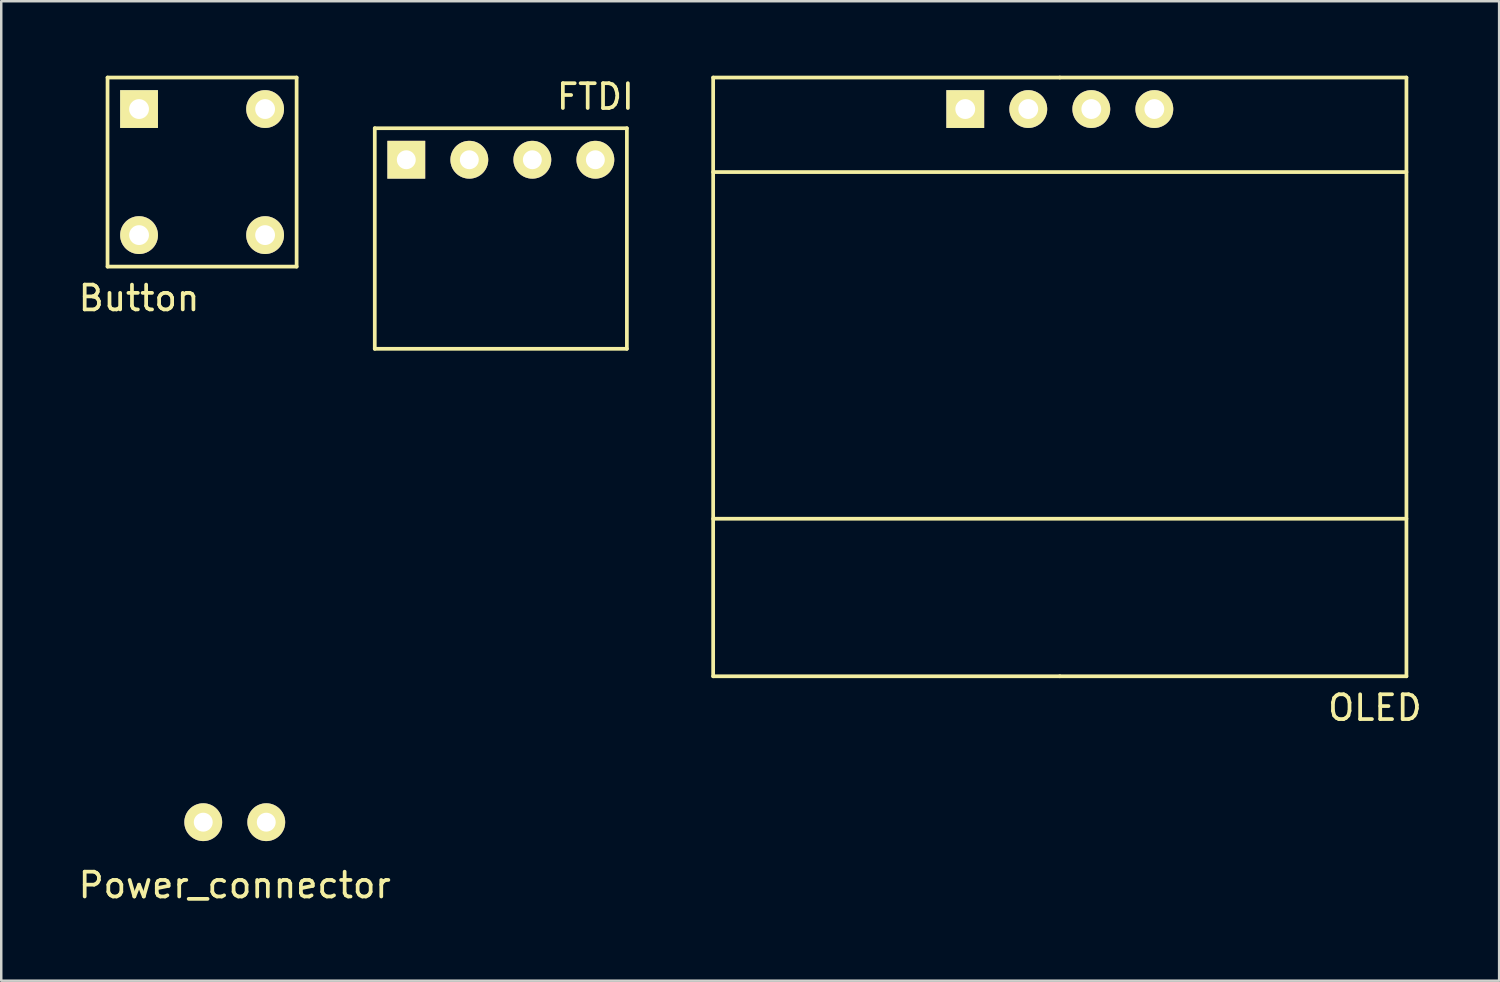
<source format=kicad_pcb>
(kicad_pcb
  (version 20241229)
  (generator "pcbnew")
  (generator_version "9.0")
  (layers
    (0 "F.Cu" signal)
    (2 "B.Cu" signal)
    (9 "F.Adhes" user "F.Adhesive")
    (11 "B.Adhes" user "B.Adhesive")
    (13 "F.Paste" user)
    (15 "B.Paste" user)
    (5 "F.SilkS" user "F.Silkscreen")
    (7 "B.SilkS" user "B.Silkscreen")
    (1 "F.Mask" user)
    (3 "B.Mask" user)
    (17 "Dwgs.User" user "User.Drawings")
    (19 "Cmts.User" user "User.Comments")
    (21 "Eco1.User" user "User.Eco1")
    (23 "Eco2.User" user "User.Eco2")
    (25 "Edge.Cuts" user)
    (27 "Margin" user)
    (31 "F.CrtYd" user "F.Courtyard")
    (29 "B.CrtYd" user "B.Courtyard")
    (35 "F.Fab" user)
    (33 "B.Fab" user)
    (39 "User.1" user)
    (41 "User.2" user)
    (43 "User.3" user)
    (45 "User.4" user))
  (footprint "Power_connector"
    (layer "F.Cu")
    (at 6.411 30.085)
    (property "Reference" "Power_connector" (at 0 2.54 0) (layer "F.SilkS") (effects (font (size 1 1) (thickness 0.15))))
    (attr through_hole)
    (pad "1" thru_hole circle (at -1.27 0) (size 1.524 1.524) (drill 0.762) (layers "*.Cu" "*.Mask" "F.SilkS"))
    (pad "2" thru_hole circle (at 1.27 0) (size 1.524 1.524) (drill 0.762) (layers "*.Cu" "*.Mask" "F.SilkS")))
  (footprint "OLED"
    (layer "F.Cu")
    (at 35.851 1.345)
    (property "Reference" "OLED" (at 16.51 24.13 0) (layer "F.SilkS") (effects (font (size 1 1) (thickness 0.15))))
    (attr through_hole)
    (fp_line (start -10.16 -1.27) (end -10.16 22.86) (stroke (width 0.15) (type solid)) (layer "F.SilkS"))
    (fp_line (start -10.16 2.54) (end 17.78 2.54) (stroke (width 0.15) (type solid)) (layer "F.SilkS"))
    (fp_line (start -10.16 16.51) (end 17.78 16.51) (stroke (width 0.15) (type solid)) (layer "F.SilkS"))
    (fp_line (start -10.16 22.86) (end 3.81 22.86) (stroke (width 0.15) (type solid)) (layer "F.SilkS"))
    (fp_line (start 3.81 -1.27) (end -10.16 -1.27) (stroke (width 0.15) (type solid)) (layer "F.SilkS"))
    (fp_line (start 3.81 -1.27) (end 17.78 -1.27) (stroke (width 0.15) (type solid)) (layer "F.SilkS"))
    (fp_line (start 17.78 -1.27) (end 17.78 22.86) (stroke (width 0.15) (type solid)) (layer "F.SilkS"))
    (fp_line (start 17.78 22.86) (end 3.81 22.86) (stroke (width 0.15) (type solid)) (layer "F.SilkS"))
    (pad "1" thru_hole rect (at 0 0) (size 1.524 1.524) (drill 0.8) (layers "*.Cu" "*.Mask" "F.SilkS"))
    (pad "2" thru_hole circle (at 2.54 0) (size 1.524 1.524) (drill 0.8) (layers "*.Cu" "*.Mask" "F.SilkS"))
    (pad "3" thru_hole circle (at 5.08 0) (size 1.524 1.524) (drill 0.8) (layers "*.Cu" "*.Mask" "F.SilkS"))
    (pad "4" thru_hole circle (at 7.62 0) (size 1.524 1.524) (drill 0.8) (layers "*.Cu" "*.Mask" "F.SilkS")))
  (footprint "Button"
    (layer "F.Cu")
    (at 2.554 1.345)
    (property "Reference" "Button" (at 0 7.62 0) (layer "F.SilkS") (effects (font (size 1 1) (thickness 0.15))))
    (attr through_hole)
    (fp_line (start -1.27 -1.27) (end 6.35 -1.27) (stroke (width 0.15) (type solid)) (layer "F.SilkS"))
    (fp_line (start -1.27 6.35) (end -1.27 -1.27) (stroke (width 0.15) (type solid)) (layer "F.SilkS"))
    (fp_line (start 6.35 -1.27) (end 6.35 6.35) (stroke (width 0.15) (type solid)) (layer "F.SilkS"))
    (fp_line (start 6.35 6.35) (end -1.27 6.35) (stroke (width 0.15) (type solid)) (layer "F.SilkS"))
    (pad "1" thru_hole rect (at 0 0) (size 1.524 1.524) (drill 0.8) (layers "*.Cu" "*.Mask" "F.SilkS"))
    (pad "1" thru_hole circle (at 5.08 0) (size 1.524 1.524) (drill 0.8) (layers "*.Cu" "*.Mask" "F.SilkS"))
    (pad "2" thru_hole circle (at 0 5.08) (size 1.524 1.524) (drill 0.8) (layers "*.Cu" "*.Mask" "F.SilkS"))
    (pad "2" thru_hole circle (at 5.08 5.08) (size 1.524 1.524) (drill 0.8) (layers "*.Cu" "*.Mask" "F.SilkS")))
  (footprint "FTDI"
    (layer "F.Cu")
    (at 13.324 3.388)
    (property "Reference" "FTDI" (at 7.62 -2.54 0) (layer "F.SilkS") (effects (font (size 1 1) (thickness 0.15))))
    (attr through_hole)
    (fp_line (start -1.27 -1.27) (end -1.27 7.62) (stroke (width 0.15) (type solid)) (layer "F.SilkS"))
    (fp_line (start -1.27 -1.27) (end 8.89 -1.27) (stroke (width 0.15) (type solid)) (layer "F.SilkS"))
    (fp_line (start 8.89 7.62) (end -1.27 7.62) (stroke (width 0.15) (type solid)) (layer "F.SilkS"))
    (fp_line (start 8.89 7.62) (end 8.89 -1.27) (stroke (width 0.15) (type solid)) (layer "F.SilkS"))
    (pad "1" thru_hole rect (at 0 0) (size 1.524 1.524) (drill 0.762) (layers "*.Cu" "*.Mask" "F.SilkS"))
    (pad "2" thru_hole circle (at 2.54 0) (size 1.524 1.524) (drill 0.762) (layers "*.Cu" "*.Mask" "F.SilkS"))
    (pad "3" thru_hole circle (at 5.08 0) (size 1.524 1.524) (drill 0.762) (layers "*.Cu" "*.Mask" "F.SilkS"))
    (pad "4" thru_hole circle (at 7.62 0) (size 1.524 1.524) (drill 0.762) (layers "*.Cu" "*.Mask" "F.SilkS")))
  (gr_rect
    (start -3 -3)
    (end 57.367 36.474)
    (stroke (width 0.1) (type default))
    (fill no)
    (layer "Edge.Cuts")))
</source>
